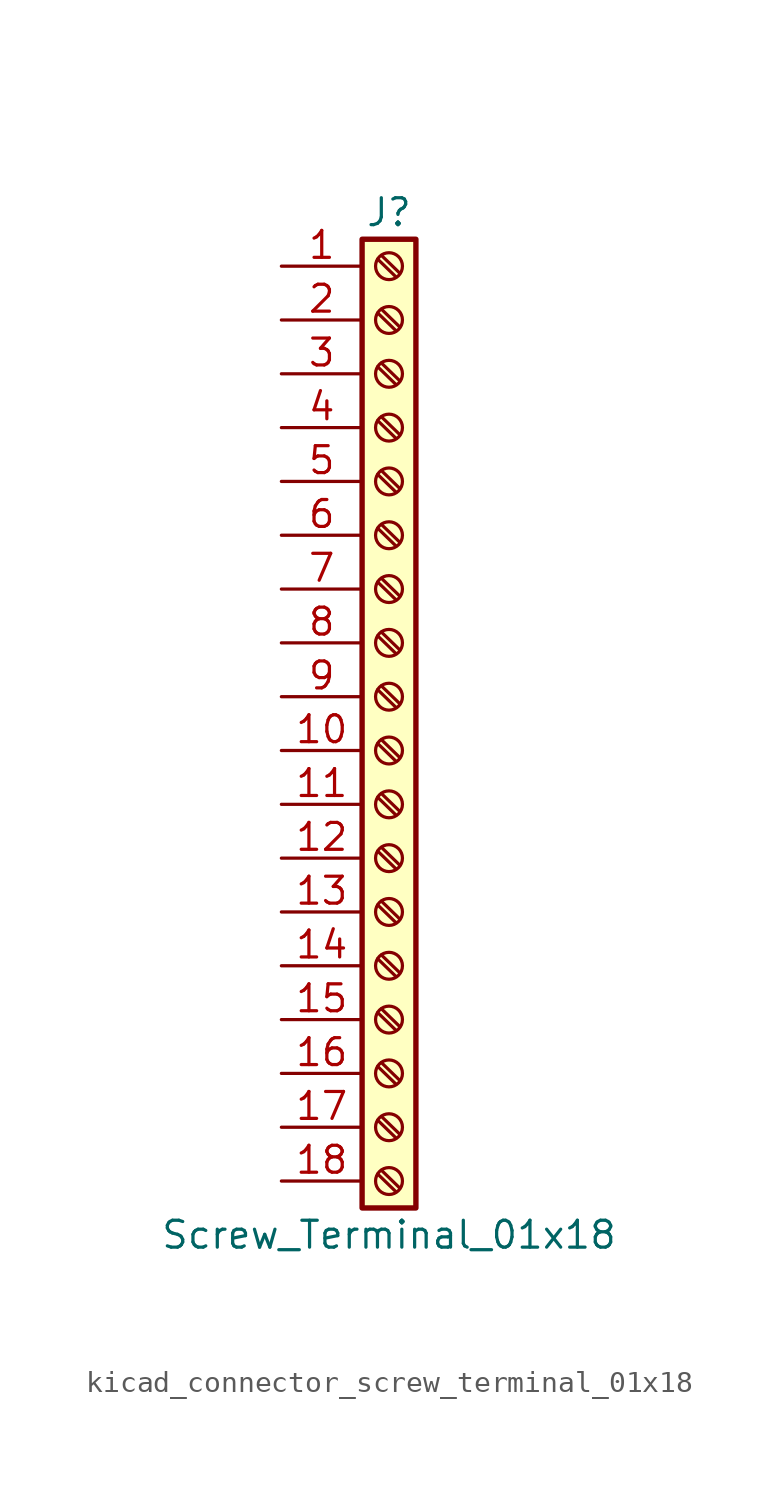
<source format=kicad_sym>
(kicad_symbol_lib
  (version 20220914)
  (generator kicad_symbol_editor)
  (symbol "kicad_connector_screw_terminal_01x18"
    (pin_names
      (offset 1.016) hide)
    (property "Reference" "J"
      (at 0 22.86 0)
      (effects (font (size 1.27 1.27))))
    (property "Value" "Screw_Terminal_01x18"
      (at 0 -25.4 0)
      (effects (font (size 1.27 1.27))))
    (symbol "kicad_connector_screw_terminal_01x18_1_1"
      (rectangle (start -1.27 21.59) (end 1.27 -24.13) (stroke (width 0.254) (type default)) (fill (type background)))
      (circle (center 0 -22.86) (radius 0.635) (stroke (width 0.152) (type default)) (fill (type none)))
      (circle (center 0 -20.32) (radius 0.635) (stroke (width 0.152) (type default)) (fill (type none)))
      (circle (center 0 -17.78) (radius 0.635) (stroke (width 0.152) (type default)) (fill (type none)))
      (circle (center 0 -15.24) (radius 0.635) (stroke (width 0.152) (type default)) (fill (type none)))
      (circle (center 0 -12.7) (radius 0.635) (stroke (width 0.152) (type default)) (fill (type none)))
      (circle (center 0 -10.16) (radius 0.635) (stroke (width 0.152) (type default)) (fill (type none)))
      (circle (center 0 -7.62) (radius 0.635) (stroke (width 0.152) (type default)) (fill (type none)))
      (circle (center 0 -5.08) (radius 0.635) (stroke (width 0.152) (type default)) (fill (type none)))
      (circle (center 0 -2.54) (radius 0.635) (stroke (width 0.152) (type default)) (fill (type none)))
      (polyline (pts (xy -0.533 -22.53) (xy 0.33 -23.368)) (stroke (width 0.152) (type default)) (fill (type none)))
      (polyline (pts (xy -0.533 -19.99) (xy 0.33 -20.828)) (stroke (width 0.152) (type default)) (fill (type none)))
      (polyline (pts (xy -0.533 -17.45) (xy 0.33 -18.288)) (stroke (width 0.152) (type default)) (fill (type none)))
      (polyline (pts (xy -0.533 -14.91) (xy 0.33 -15.748)) (stroke (width 0.152) (type default)) (fill (type none)))
      (polyline (pts (xy -0.533 -12.37) (xy 0.33 -13.208)) (stroke (width 0.152) (type default)) (fill (type none)))
      (polyline (pts (xy -0.533 -9.83) (xy 0.33 -10.668)) (stroke (width 0.152) (type default)) (fill (type none)))
      (polyline (pts (xy -0.533 -7.29) (xy 0.33 -8.128)) (stroke (width 0.152) (type default)) (fill (type none)))
      (polyline (pts (xy -0.533 -4.75) (xy 0.33 -5.588)) (stroke (width 0.152) (type default)) (fill (type none)))
      (polyline (pts (xy -0.533 -2.21) (xy 0.33 -3.048)) (stroke (width 0.152) (type default)) (fill (type none)))
      (polyline (pts (xy -0.533 0.33) (xy 0.33 -0.508)) (stroke (width 0.152) (type default)) (fill (type none)))
      (polyline (pts (xy -0.533 2.87) (xy 0.33 2.032)) (stroke (width 0.152) (type default)) (fill (type none)))
      (polyline (pts (xy -0.533 5.41) (xy 0.33 4.572)) (stroke (width 0.152) (type default)) (fill (type none)))
      (polyline (pts (xy -0.533 7.95) (xy 0.33 7.112)) (stroke (width 0.152) (type default)) (fill (type none)))
      (polyline (pts (xy -0.533 10.49) (xy 0.33 9.652)) (stroke (width 0.152) (type default)) (fill (type none)))
      (polyline (pts (xy -0.533 13.03) (xy 0.33 12.192)) (stroke (width 0.152) (type default)) (fill (type none)))
      (polyline (pts (xy -0.533 15.57) (xy 0.33 14.732)) (stroke (width 0.152) (type default)) (fill (type none)))
      (polyline (pts (xy -0.533 18.11) (xy 0.33 17.272)) (stroke (width 0.152) (type default)) (fill (type none)))
      (polyline (pts (xy -0.533 20.65) (xy 0.33 19.812)) (stroke (width 0.152) (type default)) (fill (type none)))
      (polyline (pts (xy -0.356 -22.352) (xy 0.508 -23.19)) (stroke (width 0.152) (type default)) (fill (type none)))
      (polyline (pts (xy -0.356 -19.812) (xy 0.508 -20.65)) (stroke (width 0.152) (type default)) (fill (type none)))
      (polyline (pts (xy -0.356 -17.272) (xy 0.508 -18.11)) (stroke (width 0.152) (type default)) (fill (type none)))
      (polyline (pts (xy -0.356 -14.732) (xy 0.508 -15.57)) (stroke (width 0.152) (type default)) (fill (type none)))
      (polyline (pts (xy -0.356 -12.192) (xy 0.508 -13.03)) (stroke (width 0.152) (type default)) (fill (type none)))
      (polyline (pts (xy -0.356 -9.652) (xy 0.508 -10.49)) (stroke (width 0.152) (type default)) (fill (type none)))
      (polyline (pts (xy -0.356 -7.112) (xy 0.508 -7.95)) (stroke (width 0.152) (type default)) (fill (type none)))
      (polyline (pts (xy -0.356 -4.572) (xy 0.508 -5.41)) (stroke (width 0.152) (type default)) (fill (type none)))
      (polyline (pts (xy -0.356 -2.032) (xy 0.508 -2.87)) (stroke (width 0.152) (type default)) (fill (type none)))
      (polyline (pts (xy -0.356 0.508) (xy 0.508 -0.33)) (stroke (width 0.152) (type default)) (fill (type none)))
      (polyline (pts (xy -0.356 3.048) (xy 0.508 2.21)) (stroke (width 0.152) (type default)) (fill (type none)))
      (polyline (pts (xy -0.356 5.588) (xy 0.508 4.75)) (stroke (width 0.152) (type default)) (fill (type none)))
      (polyline (pts (xy -0.356 8.128) (xy 0.508 7.29)) (stroke (width 0.152) (type default)) (fill (type none)))
      (polyline (pts (xy -0.356 10.668) (xy 0.508 9.83)) (stroke (width 0.152) (type default)) (fill (type none)))
      (polyline (pts (xy -0.356 13.208) (xy 0.508 12.37)) (stroke (width 0.152) (type default)) (fill (type none)))
      (polyline (pts (xy -0.356 15.748) (xy 0.508 14.91)) (stroke (width 0.152) (type default)) (fill (type none)))
      (polyline (pts (xy -0.356 18.288) (xy 0.508 17.45)) (stroke (width 0.152) (type default)) (fill (type none)))
      (polyline (pts (xy -0.356 20.828) (xy 0.508 19.99)) (stroke (width 0.152) (type default)) (fill (type none)))
      (circle (center 0 0) (radius 0.635) (stroke (width 0.152) (type default)) (fill (type none)))
      (circle (center 0 2.54) (radius 0.635) (stroke (width 0.152) (type default)) (fill (type none)))
      (circle (center 0 5.08) (radius 0.635) (stroke (width 0.152) (type default)) (fill (type none)))
      (circle (center 0 7.62) (radius 0.635) (stroke (width 0.152) (type default)) (fill (type none)))
      (circle (center 0 10.16) (radius 0.635) (stroke (width 0.152) (type default)) (fill (type none)))
      (circle (center 0 12.7) (radius 0.635) (stroke (width 0.152) (type default)) (fill (type none)))
      (circle (center 0 15.24) (radius 0.635) (stroke (width 0.152) (type default)) (fill (type none)))
      (circle (center 0 17.78) (radius 0.635) (stroke (width 0.152) (type default)) (fill (type none)))
      (circle (center 0 20.32) (radius 0.635) (stroke (width 0.152) (type default)) (fill (type none)))
      (pin passive line (at -5.08 20.32 0) (length 3.81) (name "Pin_1" (effects (font (size 1.27 1.27)))) (number "1" (effects (font (size 1.27 1.27)))))
      (pin passive line (at -5.08 -2.54 0) (length 3.81) (name "Pin_10" (effects (font (size 1.27 1.27)))) (number "10" (effects (font (size 1.27 1.27)))))
      (pin passive line (at -5.08 -5.08 0) (length 3.81) (name "Pin_11" (effects (font (size 1.27 1.27)))) (number "11" (effects (font (size 1.27 1.27)))))
      (pin passive line (at -5.08 -7.62 0) (length 3.81) (name "Pin_12" (effects (font (size 1.27 1.27)))) (number "12" (effects (font (size 1.27 1.27)))))
      (pin passive line (at -5.08 -10.16 0) (length 3.81) (name "Pin_13" (effects (font (size 1.27 1.27)))) (number "13" (effects (font (size 1.27 1.27)))))
      (pin passive line (at -5.08 -12.7 0) (length 3.81) (name "Pin_14" (effects (font (size 1.27 1.27)))) (number "14" (effects (font (size 1.27 1.27)))))
      (pin passive line (at -5.08 -15.24 0) (length 3.81) (name "Pin_15" (effects (font (size 1.27 1.27)))) (number "15" (effects (font (size 1.27 1.27)))))
      (pin passive line (at -5.08 -17.78 0) (length 3.81) (name "Pin_16" (effects (font (size 1.27 1.27)))) (number "16" (effects (font (size 1.27 1.27)))))
      (pin passive line (at -5.08 -20.32 0) (length 3.81) (name "Pin_17" (effects (font (size 1.27 1.27)))) (number "17" (effects (font (size 1.27 1.27)))))
      (pin passive line (at -5.08 -22.86 0) (length 3.81) (name "Pin_18" (effects (font (size 1.27 1.27)))) (number "18" (effects (font (size 1.27 1.27)))))
      (pin passive line (at -5.08 17.78 0) (length 3.81) (name "Pin_2" (effects (font (size 1.27 1.27)))) (number "2" (effects (font (size 1.27 1.27)))))
      (pin passive line (at -5.08 15.24 0) (length 3.81) (name "Pin_3" (effects (font (size 1.27 1.27)))) (number "3" (effects (font (size 1.27 1.27)))))
      (pin passive line (at -5.08 12.7 0) (length 3.81) (name "Pin_4" (effects (font (size 1.27 1.27)))) (number "4" (effects (font (size 1.27 1.27)))))
      (pin passive line (at -5.08 10.16 0) (length 3.81) (name "Pin_5" (effects (font (size 1.27 1.27)))) (number "5" (effects (font (size 1.27 1.27)))))
      (pin passive line (at -5.08 7.62 0) (length 3.81) (name "Pin_6" (effects (font (size 1.27 1.27)))) (number "6" (effects (font (size 1.27 1.27)))))
      (pin passive line (at -5.08 5.08 0) (length 3.81) (name "Pin_7" (effects (font (size 1.27 1.27)))) (number "7" (effects (font (size 1.27 1.27)))))
      (pin passive line (at -5.08 2.54 0) (length 3.81) (name "Pin_8" (effects (font (size 1.27 1.27)))) (number "8" (effects (font (size 1.27 1.27)))))
      (pin passive line (at -5.08 0 0) (length 3.81) (name "Pin_9" (effects (font (size 1.27 1.27)))) (number "9" (effects (font (size 1.27 1.27))))))))
</source>
